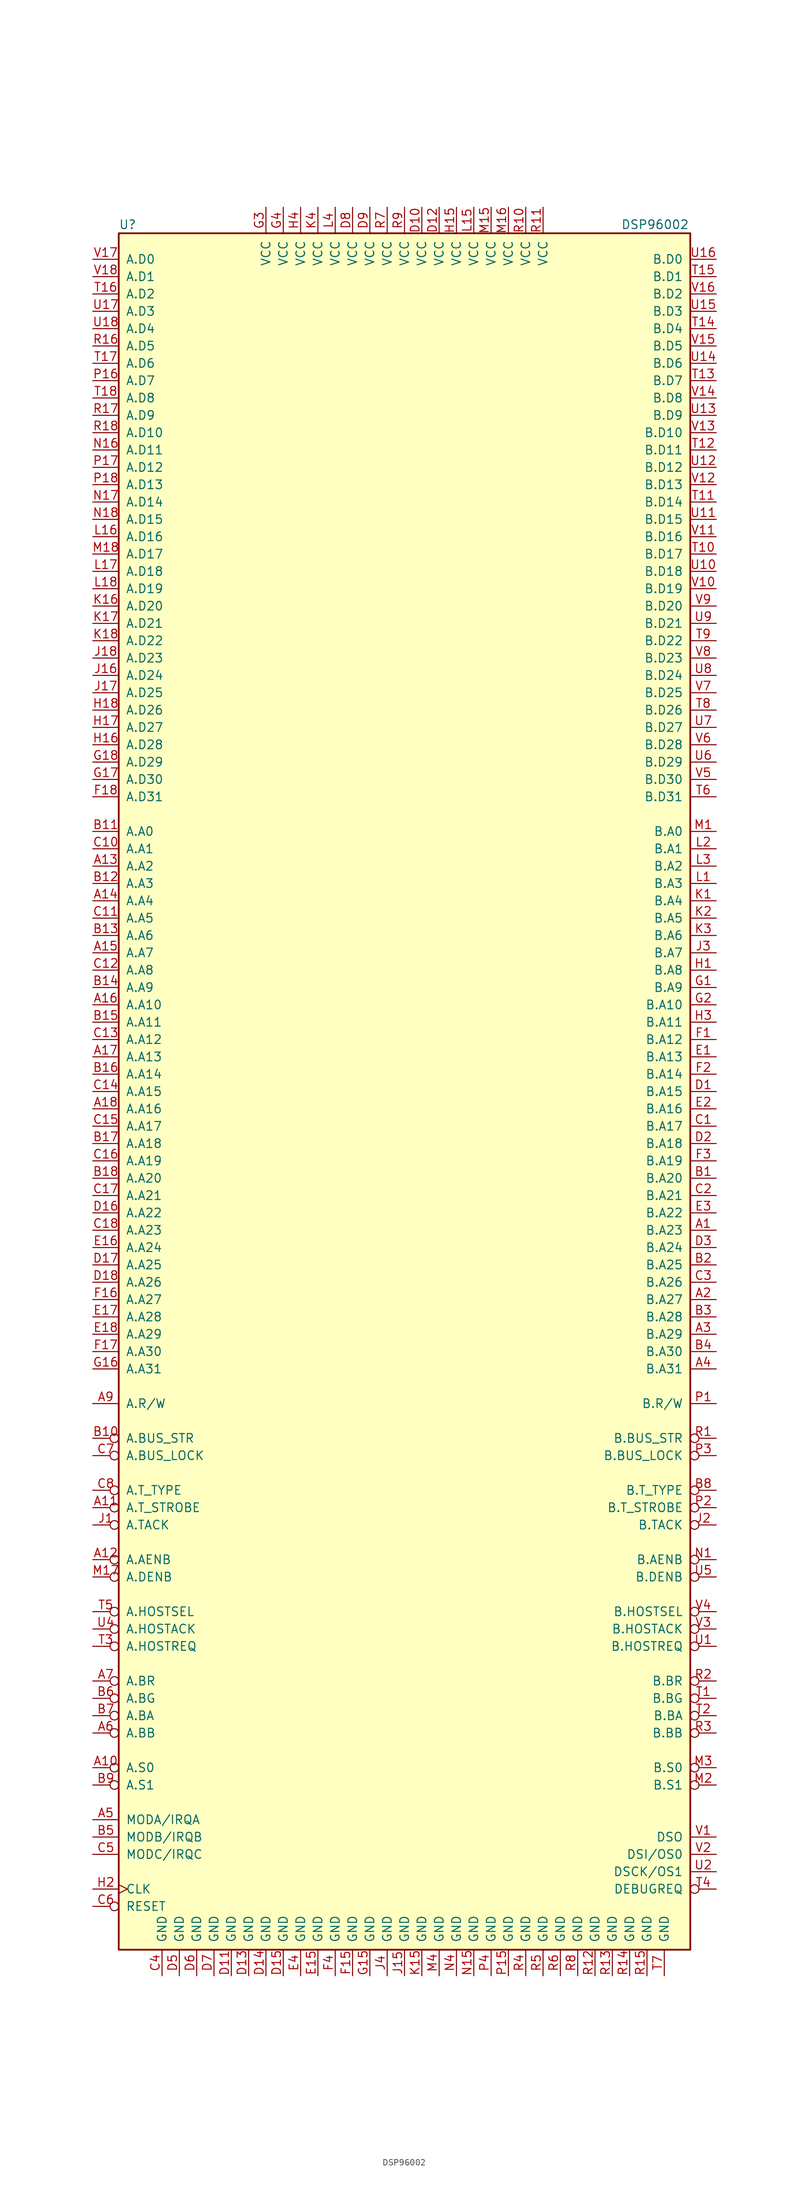
<source format=kicad_sym>
(kicad_symbol_lib
  (version 20201005)
  (generator kicad_symbol_editor)
  (symbol "DSP96002"
    (pin_names
      (offset 1.016))
    (property "Reference" "U"
      (at -41.91 127 0)
      (effects (font (size 1.27 1.27)) (justify left)))
    (property "Value" "DSP96002"
      (at 31.75 127 0)
      (effects (font (size 1.27 1.27)) (justify left)))
    (symbol "DSP96002_0_1"
      (rectangle (start -41.91 -125.73) (end 41.91 125.73) (stroke (width 0.254)) (fill (type background))))
    (symbol "DSP96002_1_1"
      (pin tri_state line (at 45.72 -20.32 180) (length 3.81) (name "B.A23" (effects (font (size 1.27 1.27)))) (number "A1" (effects (font (size 1.27 1.27)))))
      (pin tri_state line (at 45.72 -12.7 180) (length 3.81) (name "B.A20" (effects (font (size 1.27 1.27)))) (number "B1" (effects (font (size 1.27 1.27)))))
      (pin tri_state line (at 45.72 -5.08 180) (length 3.81) (name "B.A17" (effects (font (size 1.27 1.27)))) (number "C1" (effects (font (size 1.27 1.27)))))
      (pin tri_state line (at 45.72 0 180) (length 3.81) (name "B.A15" (effects (font (size 1.27 1.27)))) (number "D1" (effects (font (size 1.27 1.27)))))
      (pin tri_state line (at 45.72 5.08 180) (length 3.81) (name "B.A13" (effects (font (size 1.27 1.27)))) (number "E1" (effects (font (size 1.27 1.27)))))
      (pin tri_state line (at 45.72 7.62 180) (length 3.81) (name "B.A12" (effects (font (size 1.27 1.27)))) (number "F1" (effects (font (size 1.27 1.27)))))
      (pin tri_state line (at 45.72 15.24 180) (length 3.81) (name "B.A9" (effects (font (size 1.27 1.27)))) (number "G1" (effects (font (size 1.27 1.27)))))
      (pin tri_state line (at 45.72 17.78 180) (length 3.81) (name "B.A8" (effects (font (size 1.27 1.27)))) (number "H1" (effects (font (size 1.27 1.27)))))
      (pin input inverted (at -45.72 -63.5 0) (length 3.81) (name "A.TACK" (effects (font (size 1.27 1.27)))) (number "J1" (effects (font (size 1.27 1.27)))))
      (pin tri_state line (at 45.72 27.94 180) (length 3.81) (name "B.A4" (effects (font (size 1.27 1.27)))) (number "K1" (effects (font (size 1.27 1.27)))))
      (pin tri_state line (at 45.72 30.48 180) (length 3.81) (name "B.A3" (effects (font (size 1.27 1.27)))) (number "L1" (effects (font (size 1.27 1.27)))))
      (pin tri_state line (at 45.72 38.1 180) (length 3.81) (name "B.A0" (effects (font (size 1.27 1.27)))) (number "M1" (effects (font (size 1.27 1.27)))))
      (pin input inverted (at 45.72 -68.58 180) (length 3.81) (name "B.AENB" (effects (font (size 1.27 1.27)))) (number "N1" (effects (font (size 1.27 1.27)))))
      (pin tri_state line (at 45.72 -45.72 180) (length 3.81) (name "B.R/W" (effects (font (size 1.27 1.27)))) (number "P1" (effects (font (size 1.27 1.27)))))
      (pin output inverted (at 45.72 -50.8 180) (length 3.81) (name "B.BUS_STR" (effects (font (size 1.27 1.27)))) (number "R1" (effects (font (size 1.27 1.27)))))
      (pin input inverted (at 45.72 -88.9 180) (length 3.81) (name "B.BG" (effects (font (size 1.27 1.27)))) (number "T1" (effects (font (size 1.27 1.27)))))
      (pin output inverted (at 45.72 -81.28 180) (length 3.81) (name "B.HOSTREQ" (effects (font (size 1.27 1.27)))) (number "U1" (effects (font (size 1.27 1.27)))))
      (pin output line (at 45.72 -109.22 180) (length 3.81) (name "DSO" (effects (font (size 1.27 1.27)))) (number "V1" (effects (font (size 1.27 1.27)))))
      (pin tri_state line (at 45.72 -30.48 180) (length 3.81) (name "B.A27" (effects (font (size 1.27 1.27)))) (number "A2" (effects (font (size 1.27 1.27)))))
      (pin tri_state line (at 45.72 -25.4 180) (length 3.81) (name "B.A25" (effects (font (size 1.27 1.27)))) (number "B2" (effects (font (size 1.27 1.27)))))
      (pin tri_state line (at 45.72 -15.24 180) (length 3.81) (name "B.A21" (effects (font (size 1.27 1.27)))) (number "C2" (effects (font (size 1.27 1.27)))))
      (pin tri_state line (at 45.72 -7.62 180) (length 3.81) (name "B.A18" (effects (font (size 1.27 1.27)))) (number "D2" (effects (font (size 1.27 1.27)))))
      (pin tri_state line (at 45.72 -2.54 180) (length 3.81) (name "B.A16" (effects (font (size 1.27 1.27)))) (number "E2" (effects (font (size 1.27 1.27)))))
      (pin tri_state line (at 45.72 2.54 180) (length 3.81) (name "B.A14" (effects (font (size 1.27 1.27)))) (number "F2" (effects (font (size 1.27 1.27)))))
      (pin tri_state line (at 45.72 12.7 180) (length 3.81) (name "B.A10" (effects (font (size 1.27 1.27)))) (number "G2" (effects (font (size 1.27 1.27)))))
      (pin input clock (at -45.72 -116.84 0) (length 3.81) (name "CLK" (effects (font (size 1.27 1.27)))) (number "H2" (effects (font (size 1.27 1.27)))))
      (pin input inverted (at 45.72 -63.5 180) (length 3.81) (name "B.TACK" (effects (font (size 1.27 1.27)))) (number "J2" (effects (font (size 1.27 1.27)))))
      (pin tri_state line (at 45.72 25.4 180) (length 3.81) (name "B.A5" (effects (font (size 1.27 1.27)))) (number "K2" (effects (font (size 1.27 1.27)))))
      (pin tri_state line (at 45.72 35.56 180) (length 3.81) (name "B.A1" (effects (font (size 1.27 1.27)))) (number "L2" (effects (font (size 1.27 1.27)))))
      (pin tri_state inverted (at 45.72 -101.6 180) (length 3.81) (name "B.S1" (effects (font (size 1.27 1.27)))) (number "M2" (effects (font (size 1.27 1.27)))))
      (pin tri_state inverted (at 45.72 -60.96 180) (length 3.81) (name "B.T_STROBE" (effects (font (size 1.27 1.27)))) (number "P2" (effects (font (size 1.27 1.27)))))
      (pin output inverted (at 45.72 -86.36 180) (length 3.81) (name "B.BR" (effects (font (size 1.27 1.27)))) (number "R2" (effects (font (size 1.27 1.27)))))
      (pin open_collector inverted (at 45.72 -91.44 180) (length 3.81) (name "B.BA" (effects (font (size 1.27 1.27)))) (number "T2" (effects (font (size 1.27 1.27)))))
      (pin bidirectional line (at 45.72 -114.3 180) (length 3.81) (name "DSCK/OS1" (effects (font (size 1.27 1.27)))) (number "U2" (effects (font (size 1.27 1.27)))))
      (pin bidirectional line (at 45.72 -111.76 180) (length 3.81) (name "DSI/OS0" (effects (font (size 1.27 1.27)))) (number "V2" (effects (font (size 1.27 1.27)))))
      (pin tri_state line (at 45.72 -35.56 180) (length 3.81) (name "B.A29" (effects (font (size 1.27 1.27)))) (number "A3" (effects (font (size 1.27 1.27)))))
      (pin tri_state line (at 45.72 -33.02 180) (length 3.81) (name "B.A28" (effects (font (size 1.27 1.27)))) (number "B3" (effects (font (size 1.27 1.27)))))
      (pin tri_state line (at 45.72 -27.94 180) (length 3.81) (name "B.A26" (effects (font (size 1.27 1.27)))) (number "C3" (effects (font (size 1.27 1.27)))))
      (pin tri_state line (at 45.72 -22.86 180) (length 3.81) (name "B.A24" (effects (font (size 1.27 1.27)))) (number "D3" (effects (font (size 1.27 1.27)))))
      (pin tri_state line (at 45.72 -17.78 180) (length 3.81) (name "B.A22" (effects (font (size 1.27 1.27)))) (number "E3" (effects (font (size 1.27 1.27)))))
      (pin tri_state line (at 45.72 -10.16 180) (length 3.81) (name "B.A19" (effects (font (size 1.27 1.27)))) (number "F3" (effects (font (size 1.27 1.27)))))
      (pin power_in line (at -20.32 129.54 270) (length 3.81) (name "VCC" (effects (font (size 1.27 1.27)))) (number "G3" (effects (font (size 1.27 1.27)))))
      (pin tri_state line (at 45.72 10.16 180) (length 3.81) (name "B.A11" (effects (font (size 1.27 1.27)))) (number "H3" (effects (font (size 1.27 1.27)))))
      (pin tri_state line (at 45.72 20.32 180) (length 3.81) (name "B.A7" (effects (font (size 1.27 1.27)))) (number "J3" (effects (font (size 1.27 1.27)))))
      (pin tri_state line (at 45.72 22.86 180) (length 3.81) (name "B.A6" (effects (font (size 1.27 1.27)))) (number "K3" (effects (font (size 1.27 1.27)))))
      (pin tri_state line (at 45.72 33.02 180) (length 3.81) (name "B.A2" (effects (font (size 1.27 1.27)))) (number "L3" (effects (font (size 1.27 1.27)))))
      (pin tri_state inverted (at 45.72 -99.06 180) (length 3.81) (name "B.S0" (effects (font (size 1.27 1.27)))) (number "M3" (effects (font (size 1.27 1.27)))))
      (pin output inverted (at 45.72 -53.34 180) (length 3.81) (name "B.BUS_LOCK" (effects (font (size 1.27 1.27)))) (number "P3" (effects (font (size 1.27 1.27)))))
      (pin input inverted (at 45.72 -93.98 180) (length 3.81) (name "B.BB" (effects (font (size 1.27 1.27)))) (number "R3" (effects (font (size 1.27 1.27)))))
      (pin output inverted (at -45.72 -81.28 0) (length 3.81) (name "A.HOSTREQ" (effects (font (size 1.27 1.27)))) (number "T3" (effects (font (size 1.27 1.27)))))
      (pin input inverted (at 45.72 -78.74 180) (length 3.81) (name "B.HOSTACK" (effects (font (size 1.27 1.27)))) (number "V3" (effects (font (size 1.27 1.27)))))
      (pin tri_state line (at 45.72 -40.64 180) (length 3.81) (name "B.A31" (effects (font (size 1.27 1.27)))) (number "A4" (effects (font (size 1.27 1.27)))))
      (pin tri_state line (at 45.72 -38.1 180) (length 3.81) (name "B.A30" (effects (font (size 1.27 1.27)))) (number "B4" (effects (font (size 1.27 1.27)))))
      (pin power_in line (at -35.56 -129.54 90) (length 3.81) (name "GND" (effects (font (size 1.27 1.27)))) (number "C4" (effects (font (size 1.27 1.27)))))
      (pin power_in line (at -15.24 -129.54 90) (length 3.81) (name "GND" (effects (font (size 1.27 1.27)))) (number "E4" (effects (font (size 1.27 1.27)))))
      (pin power_in line (at -10.16 -129.54 90) (length 3.81) (name "GND" (effects (font (size 1.27 1.27)))) (number "F4" (effects (font (size 1.27 1.27)))))
      (pin power_in line (at -17.78 129.54 270) (length 3.81) (name "VCC" (effects (font (size 1.27 1.27)))) (number "G4" (effects (font (size 1.27 1.27)))))
      (pin power_in line (at -15.24 129.54 270) (length 3.81) (name "VCC" (effects (font (size 1.27 1.27)))) (number "H4" (effects (font (size 1.27 1.27)))))
      (pin power_in line (at -2.54 -129.54 90) (length 3.81) (name "GND" (effects (font (size 1.27 1.27)))) (number "J4" (effects (font (size 1.27 1.27)))))
      (pin power_in line (at -12.7 129.54 270) (length 3.81) (name "VCC" (effects (font (size 1.27 1.27)))) (number "K4" (effects (font (size 1.27 1.27)))))
      (pin power_in line (at -10.16 129.54 270) (length 3.81) (name "VCC" (effects (font (size 1.27 1.27)))) (number "L4" (effects (font (size 1.27 1.27)))))
      (pin power_in line (at 5.08 -129.54 90) (length 3.81) (name "GND" (effects (font (size 1.27 1.27)))) (number "M4" (effects (font (size 1.27 1.27)))))
      (pin power_in line (at 7.62 -129.54 90) (length 3.81) (name "GND" (effects (font (size 1.27 1.27)))) (number "N4" (effects (font (size 1.27 1.27)))))
      (pin power_in line (at 12.7 -129.54 90) (length 3.81) (name "GND" (effects (font (size 1.27 1.27)))) (number "P4" (effects (font (size 1.27 1.27)))))
      (pin power_in line (at 17.78 -129.54 90) (length 3.81) (name "GND" (effects (font (size 1.27 1.27)))) (number "R4" (effects (font (size 1.27 1.27)))))
      (pin input inverted (at 45.72 -116.84 180) (length 3.81) (name "DEBUGREQ" (effects (font (size 1.27 1.27)))) (number "T4" (effects (font (size 1.27 1.27)))))
      (pin input inverted (at -45.72 -78.74 0) (length 3.81) (name "A.HOSTACK" (effects (font (size 1.27 1.27)))) (number "U4" (effects (font (size 1.27 1.27)))))
      (pin input inverted (at 45.72 -76.2 180) (length 3.81) (name "B.HOSTSEL" (effects (font (size 1.27 1.27)))) (number "V4" (effects (font (size 1.27 1.27)))))
      (pin input line (at -45.72 -106.68 0) (length 3.81) (name "MODA/IRQA" (effects (font (size 1.27 1.27)))) (number "A5" (effects (font (size 1.27 1.27)))))
      (pin input line (at -45.72 -109.22 0) (length 3.81) (name "MODB/IRQB" (effects (font (size 1.27 1.27)))) (number "B5" (effects (font (size 1.27 1.27)))))
      (pin input line (at -45.72 -111.76 0) (length 3.81) (name "MODC/IRQC" (effects (font (size 1.27 1.27)))) (number "C5" (effects (font (size 1.27 1.27)))))
      (pin power_in line (at -33.02 -129.54 90) (length 3.81) (name "GND" (effects (font (size 1.27 1.27)))) (number "D5" (effects (font (size 1.27 1.27)))))
      (pin power_in line (at 20.32 -129.54 90) (length 3.81) (name "GND" (effects (font (size 1.27 1.27)))) (number "R5" (effects (font (size 1.27 1.27)))))
      (pin input inverted (at -45.72 -76.2 0) (length 3.81) (name "A.HOSTSEL" (effects (font (size 1.27 1.27)))) (number "T5" (effects (font (size 1.27 1.27)))))
      (pin input inverted (at 45.72 -71.12 180) (length 3.81) (name "B.DENB" (effects (font (size 1.27 1.27)))) (number "U5" (effects (font (size 1.27 1.27)))))
      (pin tri_state line (at 45.72 45.72 180) (length 3.81) (name "B.D30" (effects (font (size 1.27 1.27)))) (number "V5" (effects (font (size 1.27 1.27)))))
      (pin input inverted (at -45.72 -93.98 0) (length 3.81) (name "A.BB" (effects (font (size 1.27 1.27)))) (number "A6" (effects (font (size 1.27 1.27)))))
      (pin input inverted (at -45.72 -88.9 0) (length 3.81) (name "A.BG" (effects (font (size 1.27 1.27)))) (number "B6" (effects (font (size 1.27 1.27)))))
      (pin input inverted (at -45.72 -119.38 0) (length 3.81) (name "RESET" (effects (font (size 1.27 1.27)))) (number "C6" (effects (font (size 1.27 1.27)))))
      (pin power_in line (at -30.48 -129.54 90) (length 3.81) (name "GND" (effects (font (size 1.27 1.27)))) (number "D6" (effects (font (size 1.27 1.27)))))
      (pin power_in line (at 22.86 -129.54 90) (length 3.81) (name "GND" (effects (font (size 1.27 1.27)))) (number "R6" (effects (font (size 1.27 1.27)))))
      (pin tri_state line (at 45.72 43.18 180) (length 3.81) (name "B.D31" (effects (font (size 1.27 1.27)))) (number "T6" (effects (font (size 1.27 1.27)))))
      (pin tri_state line (at 45.72 48.26 180) (length 3.81) (name "B.D29" (effects (font (size 1.27 1.27)))) (number "U6" (effects (font (size 1.27 1.27)))))
      (pin tri_state line (at 45.72 50.8 180) (length 3.81) (name "B.D28" (effects (font (size 1.27 1.27)))) (number "V6" (effects (font (size 1.27 1.27)))))
      (pin output inverted (at -45.72 -86.36 0) (length 3.81) (name "A.BR" (effects (font (size 1.27 1.27)))) (number "A7" (effects (font (size 1.27 1.27)))))
      (pin open_collector inverted (at -45.72 -91.44 0) (length 3.81) (name "A.BA" (effects (font (size 1.27 1.27)))) (number "B7" (effects (font (size 1.27 1.27)))))
      (pin output inverted (at -45.72 -53.34 0) (length 3.81) (name "A.BUS_LOCK" (effects (font (size 1.27 1.27)))) (number "C7" (effects (font (size 1.27 1.27)))))
      (pin power_in line (at -27.94 -129.54 90) (length 3.81) (name "GND" (effects (font (size 1.27 1.27)))) (number "D7" (effects (font (size 1.27 1.27)))))
      (pin power_in line (at -2.54 129.54 270) (length 3.81) (name "VCC" (effects (font (size 1.27 1.27)))) (number "R7" (effects (font (size 1.27 1.27)))))
      (pin power_in line (at 38.1 -129.54 90) (length 3.81) (name "GND" (effects (font (size 1.27 1.27)))) (number "T7" (effects (font (size 1.27 1.27)))))
      (pin tri_state line (at 45.72 53.34 180) (length 3.81) (name "B.D27" (effects (font (size 1.27 1.27)))) (number "U7" (effects (font (size 1.27 1.27)))))
      (pin tri_state line (at 45.72 58.42 180) (length 3.81) (name "B.D25" (effects (font (size 1.27 1.27)))) (number "V7" (effects (font (size 1.27 1.27)))))
      (pin output inverted (at 45.72 -58.42 180) (length 3.81) (name "B.T_TYPE" (effects (font (size 1.27 1.27)))) (number "B8" (effects (font (size 1.27 1.27)))))
      (pin output inverted (at -45.72 -58.42 0) (length 3.81) (name "A.T_TYPE" (effects (font (size 1.27 1.27)))) (number "C8" (effects (font (size 1.27 1.27)))))
      (pin power_in line (at -7.62 129.54 270) (length 3.81) (name "VCC" (effects (font (size 1.27 1.27)))) (number "D8" (effects (font (size 1.27 1.27)))))
      (pin power_in line (at 25.4 -129.54 90) (length 3.81) (name "GND" (effects (font (size 1.27 1.27)))) (number "R8" (effects (font (size 1.27 1.27)))))
      (pin tri_state line (at 45.72 55.88 180) (length 3.81) (name "B.D26" (effects (font (size 1.27 1.27)))) (number "T8" (effects (font (size 1.27 1.27)))))
      (pin tri_state line (at 45.72 60.96 180) (length 3.81) (name "B.D24" (effects (font (size 1.27 1.27)))) (number "U8" (effects (font (size 1.27 1.27)))))
      (pin tri_state line (at 45.72 63.5 180) (length 3.81) (name "B.D23" (effects (font (size 1.27 1.27)))) (number "V8" (effects (font (size 1.27 1.27)))))
      (pin tri_state line (at -45.72 -45.72 0) (length 3.81) (name "A.R/W" (effects (font (size 1.27 1.27)))) (number "A9" (effects (font (size 1.27 1.27)))))
      (pin tri_state inverted (at -45.72 -101.6 0) (length 3.81) (name "A.S1" (effects (font (size 1.27 1.27)))) (number "B9" (effects (font (size 1.27 1.27)))))
      (pin power_in line (at -5.08 129.54 270) (length 3.81) (name "VCC" (effects (font (size 1.27 1.27)))) (number "D9" (effects (font (size 1.27 1.27)))))
      (pin power_in line (at 0 129.54 270) (length 3.81) (name "VCC" (effects (font (size 1.27 1.27)))) (number "R9" (effects (font (size 1.27 1.27)))))
      (pin tri_state line (at 45.72 66.04 180) (length 3.81) (name "B.D22" (effects (font (size 1.27 1.27)))) (number "T9" (effects (font (size 1.27 1.27)))))
      (pin tri_state line (at 45.72 68.58 180) (length 3.81) (name "B.D21" (effects (font (size 1.27 1.27)))) (number "U9" (effects (font (size 1.27 1.27)))))
      (pin tri_state line (at 45.72 71.12 180) (length 3.81) (name "B.D20" (effects (font (size 1.27 1.27)))) (number "V9" (effects (font (size 1.27 1.27)))))
      (pin tri_state inverted (at -45.72 -99.06 0) (length 3.81) (name "A.S0" (effects (font (size 1.27 1.27)))) (number "A10" (effects (font (size 1.27 1.27)))))
      (pin output inverted (at -45.72 -50.8 0) (length 3.81) (name "A.BUS_STR" (effects (font (size 1.27 1.27)))) (number "B10" (effects (font (size 1.27 1.27)))))
      (pin tri_state line (at -45.72 35.56 0) (length 3.81) (name "A.A1" (effects (font (size 1.27 1.27)))) (number "C10" (effects (font (size 1.27 1.27)))))
      (pin power_in line (at 2.54 129.54 270) (length 3.81) (name "VCC" (effects (font (size 1.27 1.27)))) (number "D10" (effects (font (size 1.27 1.27)))))
      (pin power_in line (at 17.78 129.54 270) (length 3.81) (name "VCC" (effects (font (size 1.27 1.27)))) (number "R10" (effects (font (size 1.27 1.27)))))
      (pin tri_state line (at 45.72 78.74 180) (length 3.81) (name "B.D17" (effects (font (size 1.27 1.27)))) (number "T10" (effects (font (size 1.27 1.27)))))
      (pin tri_state line (at 45.72 76.2 180) (length 3.81) (name "B.D18" (effects (font (size 1.27 1.27)))) (number "U10" (effects (font (size 1.27 1.27)))))
      (pin tri_state line (at 45.72 73.66 180) (length 3.81) (name "B.D19" (effects (font (size 1.27 1.27)))) (number "V10" (effects (font (size 1.27 1.27)))))
      (pin tri_state inverted (at -45.72 -60.96 0) (length 3.81) (name "A.T_STROBE" (effects (font (size 1.27 1.27)))) (number "A11" (effects (font (size 1.27 1.27)))))
      (pin tri_state line (at -45.72 38.1 0) (length 3.81) (name "A.A0" (effects (font (size 1.27 1.27)))) (number "B11" (effects (font (size 1.27 1.27)))))
      (pin tri_state line (at -45.72 25.4 0) (length 3.81) (name "A.A5" (effects (font (size 1.27 1.27)))) (number "C11" (effects (font (size 1.27 1.27)))))
      (pin power_in line (at -25.4 -129.54 90) (length 3.81) (name "GND" (effects (font (size 1.27 1.27)))) (number "D11" (effects (font (size 1.27 1.27)))))
      (pin power_in line (at 20.32 129.54 270) (length 3.81) (name "VCC" (effects (font (size 1.27 1.27)))) (number "R11" (effects (font (size 1.27 1.27)))))
      (pin tri_state line (at 45.72 86.36 180) (length 3.81) (name "B.D14" (effects (font (size 1.27 1.27)))) (number "T11" (effects (font (size 1.27 1.27)))))
      (pin tri_state line (at 45.72 83.82 180) (length 3.81) (name "B.D15" (effects (font (size 1.27 1.27)))) (number "U11" (effects (font (size 1.27 1.27)))))
      (pin tri_state line (at 45.72 81.28 180) (length 3.81) (name "B.D16" (effects (font (size 1.27 1.27)))) (number "V11" (effects (font (size 1.27 1.27)))))
      (pin input inverted (at -45.72 -68.58 0) (length 3.81) (name "A.AENB" (effects (font (size 1.27 1.27)))) (number "A12" (effects (font (size 1.27 1.27)))))
      (pin tri_state line (at -45.72 30.48 0) (length 3.81) (name "A.A3" (effects (font (size 1.27 1.27)))) (number "B12" (effects (font (size 1.27 1.27)))))
      (pin tri_state line (at -45.72 17.78 0) (length 3.81) (name "A.A8" (effects (font (size 1.27 1.27)))) (number "C12" (effects (font (size 1.27 1.27)))))
      (pin power_in line (at 5.08 129.54 270) (length 3.81) (name "VCC" (effects (font (size 1.27 1.27)))) (number "D12" (effects (font (size 1.27 1.27)))))
      (pin power_in line (at 27.94 -129.54 90) (length 3.81) (name "GND" (effects (font (size 1.27 1.27)))) (number "R12" (effects (font (size 1.27 1.27)))))
      (pin tri_state line (at 45.72 93.98 180) (length 3.81) (name "B.D11" (effects (font (size 1.27 1.27)))) (number "T12" (effects (font (size 1.27 1.27)))))
      (pin tri_state line (at 45.72 91.44 180) (length 3.81) (name "B.D12" (effects (font (size 1.27 1.27)))) (number "U12" (effects (font (size 1.27 1.27)))))
      (pin tri_state line (at 45.72 88.9 180) (length 3.81) (name "B.D13" (effects (font (size 1.27 1.27)))) (number "V12" (effects (font (size 1.27 1.27)))))
      (pin tri_state line (at -45.72 33.02 0) (length 3.81) (name "A.A2" (effects (font (size 1.27 1.27)))) (number "A13" (effects (font (size 1.27 1.27)))))
      (pin tri_state line (at -45.72 22.86 0) (length 3.81) (name "A.A6" (effects (font (size 1.27 1.27)))) (number "B13" (effects (font (size 1.27 1.27)))))
      (pin tri_state line (at -45.72 7.62 0) (length 3.81) (name "A.A12" (effects (font (size 1.27 1.27)))) (number "C13" (effects (font (size 1.27 1.27)))))
      (pin power_in line (at -22.86 -129.54 90) (length 3.81) (name "GND" (effects (font (size 1.27 1.27)))) (number "D13" (effects (font (size 1.27 1.27)))))
      (pin power_in line (at 30.48 -129.54 90) (length 3.81) (name "GND" (effects (font (size 1.27 1.27)))) (number "R13" (effects (font (size 1.27 1.27)))))
      (pin tri_state line (at 45.72 104.14 180) (length 3.81) (name "B.D7" (effects (font (size 1.27 1.27)))) (number "T13" (effects (font (size 1.27 1.27)))))
      (pin tri_state line (at 45.72 99.06 180) (length 3.81) (name "B.D9" (effects (font (size 1.27 1.27)))) (number "U13" (effects (font (size 1.27 1.27)))))
      (pin tri_state line (at 45.72 96.52 180) (length 3.81) (name "B.D10" (effects (font (size 1.27 1.27)))) (number "V13" (effects (font (size 1.27 1.27)))))
      (pin tri_state line (at -45.72 27.94 0) (length 3.81) (name "A.A4" (effects (font (size 1.27 1.27)))) (number "A14" (effects (font (size 1.27 1.27)))))
      (pin tri_state line (at -45.72 15.24 0) (length 3.81) (name "A.A9" (effects (font (size 1.27 1.27)))) (number "B14" (effects (font (size 1.27 1.27)))))
      (pin tri_state line (at -45.72 0 0) (length 3.81) (name "A.A15" (effects (font (size 1.27 1.27)))) (number "C14" (effects (font (size 1.27 1.27)))))
      (pin power_in line (at -20.32 -129.54 90) (length 3.81) (name "GND" (effects (font (size 1.27 1.27)))) (number "D14" (effects (font (size 1.27 1.27)))))
      (pin power_in line (at 33.02 -129.54 90) (length 3.81) (name "GND" (effects (font (size 1.27 1.27)))) (number "R14" (effects (font (size 1.27 1.27)))))
      (pin tri_state line (at 45.72 111.76 180) (length 3.81) (name "B.D4" (effects (font (size 1.27 1.27)))) (number "T14" (effects (font (size 1.27 1.27)))))
      (pin tri_state line (at 45.72 106.68 180) (length 3.81) (name "B.D6" (effects (font (size 1.27 1.27)))) (number "U14" (effects (font (size 1.27 1.27)))))
      (pin tri_state line (at 45.72 101.6 180) (length 3.81) (name "B.D8" (effects (font (size 1.27 1.27)))) (number "V14" (effects (font (size 1.27 1.27)))))
      (pin tri_state line (at -45.72 20.32 0) (length 3.81) (name "A.A7" (effects (font (size 1.27 1.27)))) (number "A15" (effects (font (size 1.27 1.27)))))
      (pin tri_state line (at -45.72 10.16 0) (length 3.81) (name "A.A11" (effects (font (size 1.27 1.27)))) (number "B15" (effects (font (size 1.27 1.27)))))
      (pin tri_state line (at -45.72 -5.08 0) (length 3.81) (name "A.A17" (effects (font (size 1.27 1.27)))) (number "C15" (effects (font (size 1.27 1.27)))))
      (pin power_in line (at -17.78 -129.54 90) (length 3.81) (name "GND" (effects (font (size 1.27 1.27)))) (number "D15" (effects (font (size 1.27 1.27)))))
      (pin power_in line (at -12.7 -129.54 90) (length 3.81) (name "GND" (effects (font (size 1.27 1.27)))) (number "E15" (effects (font (size 1.27 1.27)))))
      (pin power_in line (at -7.62 -129.54 90) (length 3.81) (name "GND" (effects (font (size 1.27 1.27)))) (number "F15" (effects (font (size 1.27 1.27)))))
      (pin power_in line (at -5.08 -129.54 90) (length 3.81) (name "GND" (effects (font (size 1.27 1.27)))) (number "G15" (effects (font (size 1.27 1.27)))))
      (pin power_in line (at 7.62 129.54 270) (length 3.81) (name "VCC" (effects (font (size 1.27 1.27)))) (number "H15" (effects (font (size 1.27 1.27)))))
      (pin power_in line (at 0 -129.54 90) (length 3.81) (name "GND" (effects (font (size 1.27 1.27)))) (number "J15" (effects (font (size 1.27 1.27)))))
      (pin power_in line (at 2.54 -129.54 90) (length 3.81) (name "GND" (effects (font (size 1.27 1.27)))) (number "K15" (effects (font (size 1.27 1.27)))))
      (pin power_in line (at 10.16 129.54 270) (length 3.81) (name "VCC" (effects (font (size 1.27 1.27)))) (number "L15" (effects (font (size 1.27 1.27)))))
      (pin power_in line (at 12.7 129.54 270) (length 3.81) (name "VCC" (effects (font (size 1.27 1.27)))) (number "M15" (effects (font (size 1.27 1.27)))))
      (pin power_in line (at 10.16 -129.54 90) (length 3.81) (name "GND" (effects (font (size 1.27 1.27)))) (number "N15" (effects (font (size 1.27 1.27)))))
      (pin power_in line (at 15.24 -129.54 90) (length 3.81) (name "GND" (effects (font (size 1.27 1.27)))) (number "P15" (effects (font (size 1.27 1.27)))))
      (pin power_in line (at 35.56 -129.54 90) (length 3.81) (name "GND" (effects (font (size 1.27 1.27)))) (number "R15" (effects (font (size 1.27 1.27)))))
      (pin tri_state line (at 45.72 119.38 180) (length 3.81) (name "B.D1" (effects (font (size 1.27 1.27)))) (number "T15" (effects (font (size 1.27 1.27)))))
      (pin tri_state line (at 45.72 114.3 180) (length 3.81) (name "B.D3" (effects (font (size 1.27 1.27)))) (number "U15" (effects (font (size 1.27 1.27)))))
      (pin tri_state line (at 45.72 109.22 180) (length 3.81) (name "B.D5" (effects (font (size 1.27 1.27)))) (number "V15" (effects (font (size 1.27 1.27)))))
      (pin tri_state line (at -45.72 12.7 0) (length 3.81) (name "A.A10" (effects (font (size 1.27 1.27)))) (number "A16" (effects (font (size 1.27 1.27)))))
      (pin tri_state line (at -45.72 2.54 0) (length 3.81) (name "A.A14" (effects (font (size 1.27 1.27)))) (number "B16" (effects (font (size 1.27 1.27)))))
      (pin tri_state line (at -45.72 -10.16 0) (length 3.81) (name "A.A19" (effects (font (size 1.27 1.27)))) (number "C16" (effects (font (size 1.27 1.27)))))
      (pin tri_state line (at -45.72 -17.78 0) (length 3.81) (name "A.A22" (effects (font (size 1.27 1.27)))) (number "D16" (effects (font (size 1.27 1.27)))))
      (pin tri_state line (at -45.72 -22.86 0) (length 3.81) (name "A.A24" (effects (font (size 1.27 1.27)))) (number "E16" (effects (font (size 1.27 1.27)))))
      (pin tri_state line (at -45.72 -30.48 0) (length 3.81) (name "A.A27" (effects (font (size 1.27 1.27)))) (number "F16" (effects (font (size 1.27 1.27)))))
      (pin tri_state line (at -45.72 -40.64 0) (length 3.81) (name "A.A31" (effects (font (size 1.27 1.27)))) (number "G16" (effects (font (size 1.27 1.27)))))
      (pin tri_state line (at -45.72 50.8 0) (length 3.81) (name "A.D28" (effects (font (size 1.27 1.27)))) (number "H16" (effects (font (size 1.27 1.27)))))
      (pin tri_state line (at -45.72 60.96 0) (length 3.81) (name "A.D24" (effects (font (size 1.27 1.27)))) (number "J16" (effects (font (size 1.27 1.27)))))
      (pin tri_state line (at -45.72 71.12 0) (length 3.81) (name "A.D20" (effects (font (size 1.27 1.27)))) (number "K16" (effects (font (size 1.27 1.27)))))
      (pin tri_state line (at -45.72 81.28 0) (length 3.81) (name "A.D16" (effects (font (size 1.27 1.27)))) (number "L16" (effects (font (size 1.27 1.27)))))
      (pin power_in line (at 15.24 129.54 270) (length 3.81) (name "VCC" (effects (font (size 1.27 1.27)))) (number "M16" (effects (font (size 1.27 1.27)))))
      (pin tri_state line (at -45.72 93.98 0) (length 3.81) (name "A.D11" (effects (font (size 1.27 1.27)))) (number "N16" (effects (font (size 1.27 1.27)))))
      (pin tri_state line (at -45.72 104.14 0) (length 3.81) (name "A.D7" (effects (font (size 1.27 1.27)))) (number "P16" (effects (font (size 1.27 1.27)))))
      (pin tri_state line (at -45.72 109.22 0) (length 3.81) (name "A.D5" (effects (font (size 1.27 1.27)))) (number "R16" (effects (font (size 1.27 1.27)))))
      (pin tri_state line (at -45.72 116.84 0) (length 3.81) (name "A.D2" (effects (font (size 1.27 1.27)))) (number "T16" (effects (font (size 1.27 1.27)))))
      (pin tri_state line (at 45.72 121.92 180) (length 3.81) (name "B.D0" (effects (font (size 1.27 1.27)))) (number "U16" (effects (font (size 1.27 1.27)))))
      (pin tri_state line (at 45.72 116.84 180) (length 3.81) (name "B.D2" (effects (font (size 1.27 1.27)))) (number "V16" (effects (font (size 1.27 1.27)))))
      (pin tri_state line (at -45.72 5.08 0) (length 3.81) (name "A.A13" (effects (font (size 1.27 1.27)))) (number "A17" (effects (font (size 1.27 1.27)))))
      (pin tri_state line (at -45.72 -7.62 0) (length 3.81) (name "A.A18" (effects (font (size 1.27 1.27)))) (number "B17" (effects (font (size 1.27 1.27)))))
      (pin tri_state line (at -45.72 -15.24 0) (length 3.81) (name "A.A21" (effects (font (size 1.27 1.27)))) (number "C17" (effects (font (size 1.27 1.27)))))
      (pin tri_state line (at -45.72 -25.4 0) (length 3.81) (name "A.A25" (effects (font (size 1.27 1.27)))) (number "D17" (effects (font (size 1.27 1.27)))))
      (pin tri_state line (at -45.72 -33.02 0) (length 3.81) (name "A.A28" (effects (font (size 1.27 1.27)))) (number "E17" (effects (font (size 1.27 1.27)))))
      (pin tri_state line (at -45.72 -38.1 0) (length 3.81) (name "A.A30" (effects (font (size 1.27 1.27)))) (number "F17" (effects (font (size 1.27 1.27)))))
      (pin tri_state line (at -45.72 45.72 0) (length 3.81) (name "A.D30" (effects (font (size 1.27 1.27)))) (number "G17" (effects (font (size 1.27 1.27)))))
      (pin tri_state line (at -45.72 53.34 0) (length 3.81) (name "A.D27" (effects (font (size 1.27 1.27)))) (number "H17" (effects (font (size 1.27 1.27)))))
      (pin tri_state line (at -45.72 58.42 0) (length 3.81) (name "A.D25" (effects (font (size 1.27 1.27)))) (number "J17" (effects (font (size 1.27 1.27)))))
      (pin tri_state line (at -45.72 68.58 0) (length 3.81) (name "A.D21" (effects (font (size 1.27 1.27)))) (number "K17" (effects (font (size 1.27 1.27)))))
      (pin tri_state line (at -45.72 76.2 0) (length 3.81) (name "A.D18" (effects (font (size 1.27 1.27)))) (number "L17" (effects (font (size 1.27 1.27)))))
      (pin input inverted (at -45.72 -71.12 0) (length 3.81) (name "A.DENB" (effects (font (size 1.27 1.27)))) (number "M17" (effects (font (size 1.27 1.27)))))
      (pin tri_state line (at -45.72 86.36 0) (length 3.81) (name "A.D14" (effects (font (size 1.27 1.27)))) (number "N17" (effects (font (size 1.27 1.27)))))
      (pin tri_state line (at -45.72 91.44 0) (length 3.81) (name "A.D12" (effects (font (size 1.27 1.27)))) (number "P17" (effects (font (size 1.27 1.27)))))
      (pin tri_state line (at -45.72 99.06 0) (length 3.81) (name "A.D9" (effects (font (size 1.27 1.27)))) (number "R17" (effects (font (size 1.27 1.27)))))
      (pin tri_state line (at -45.72 106.68 0) (length 3.81) (name "A.D6" (effects (font (size 1.27 1.27)))) (number "T17" (effects (font (size 1.27 1.27)))))
      (pin tri_state line (at -45.72 114.3 0) (length 3.81) (name "A.D3" (effects (font (size 1.27 1.27)))) (number "U17" (effects (font (size 1.27 1.27)))))
      (pin tri_state line (at -45.72 121.92 0) (length 3.81) (name "A.D0" (effects (font (size 1.27 1.27)))) (number "V17" (effects (font (size 1.27 1.27)))))
      (pin tri_state line (at -45.72 -2.54 0) (length 3.81) (name "A.A16" (effects (font (size 1.27 1.27)))) (number "A18" (effects (font (size 1.27 1.27)))))
      (pin tri_state line (at -45.72 -12.7 0) (length 3.81) (name "A.A20" (effects (font (size 1.27 1.27)))) (number "B18" (effects (font (size 1.27 1.27)))))
      (pin tri_state line (at -45.72 -20.32 0) (length 3.81) (name "A.A23" (effects (font (size 1.27 1.27)))) (number "C18" (effects (font (size 1.27 1.27)))))
      (pin tri_state line (at -45.72 -27.94 0) (length 3.81) (name "A.A26" (effects (font (size 1.27 1.27)))) (number "D18" (effects (font (size 1.27 1.27)))))
      (pin tri_state line (at -45.72 -35.56 0) (length 3.81) (name "A.A29" (effects (font (size 1.27 1.27)))) (number "E18" (effects (font (size 1.27 1.27)))))
      (pin tri_state line (at -45.72 43.18 0) (length 3.81) (name "A.D31" (effects (font (size 1.27 1.27)))) (number "F18" (effects (font (size 1.27 1.27)))))
      (pin tri_state line (at -45.72 48.26 0) (length 3.81) (name "A.D29" (effects (font (size 1.27 1.27)))) (number "G18" (effects (font (size 1.27 1.27)))))
      (pin tri_state line (at -45.72 55.88 0) (length 3.81) (name "A.D26" (effects (font (size 1.27 1.27)))) (number "H18" (effects (font (size 1.27 1.27)))))
      (pin tri_state line (at -45.72 63.5 0) (length 3.81) (name "A.D23" (effects (font (size 1.27 1.27)))) (number "J18" (effects (font (size 1.27 1.27)))))
      (pin tri_state line (at -45.72 66.04 0) (length 3.81) (name "A.D22" (effects (font (size 1.27 1.27)))) (number "K18" (effects (font (size 1.27 1.27)))))
      (pin tri_state line (at -45.72 73.66 0) (length 3.81) (name "A.D19" (effects (font (size 1.27 1.27)))) (number "L18" (effects (font (size 1.27 1.27)))))
      (pin tri_state line (at -45.72 78.74 0) (length 3.81) (name "A.D17" (effects (font (size 1.27 1.27)))) (number "M18" (effects (font (size 1.27 1.27)))))
      (pin tri_state line (at -45.72 83.82 0) (length 3.81) (name "A.D15" (effects (font (size 1.27 1.27)))) (number "N18" (effects (font (size 1.27 1.27)))))
      (pin tri_state line (at -45.72 88.9 0) (length 3.81) (name "A.D13" (effects (font (size 1.27 1.27)))) (number "P18" (effects (font (size 1.27 1.27)))))
      (pin tri_state line (at -45.72 96.52 0) (length 3.81) (name "A.D10" (effects (font (size 1.27 1.27)))) (number "R18" (effects (font (size 1.27 1.27)))))
      (pin tri_state line (at -45.72 101.6 0) (length 3.81) (name "A.D8" (effects (font (size 1.27 1.27)))) (number "T18" (effects (font (size 1.27 1.27)))))
      (pin tri_state line (at -45.72 111.76 0) (length 3.81) (name "A.D4" (effects (font (size 1.27 1.27)))) (number "U18" (effects (font (size 1.27 1.27)))))
      (pin tri_state line (at -45.72 119.38 0) (length 3.81) (name "A.D1" (effects (font (size 1.27 1.27)))) (number "V18" (effects (font (size 1.27 1.27))))))))
</source>
